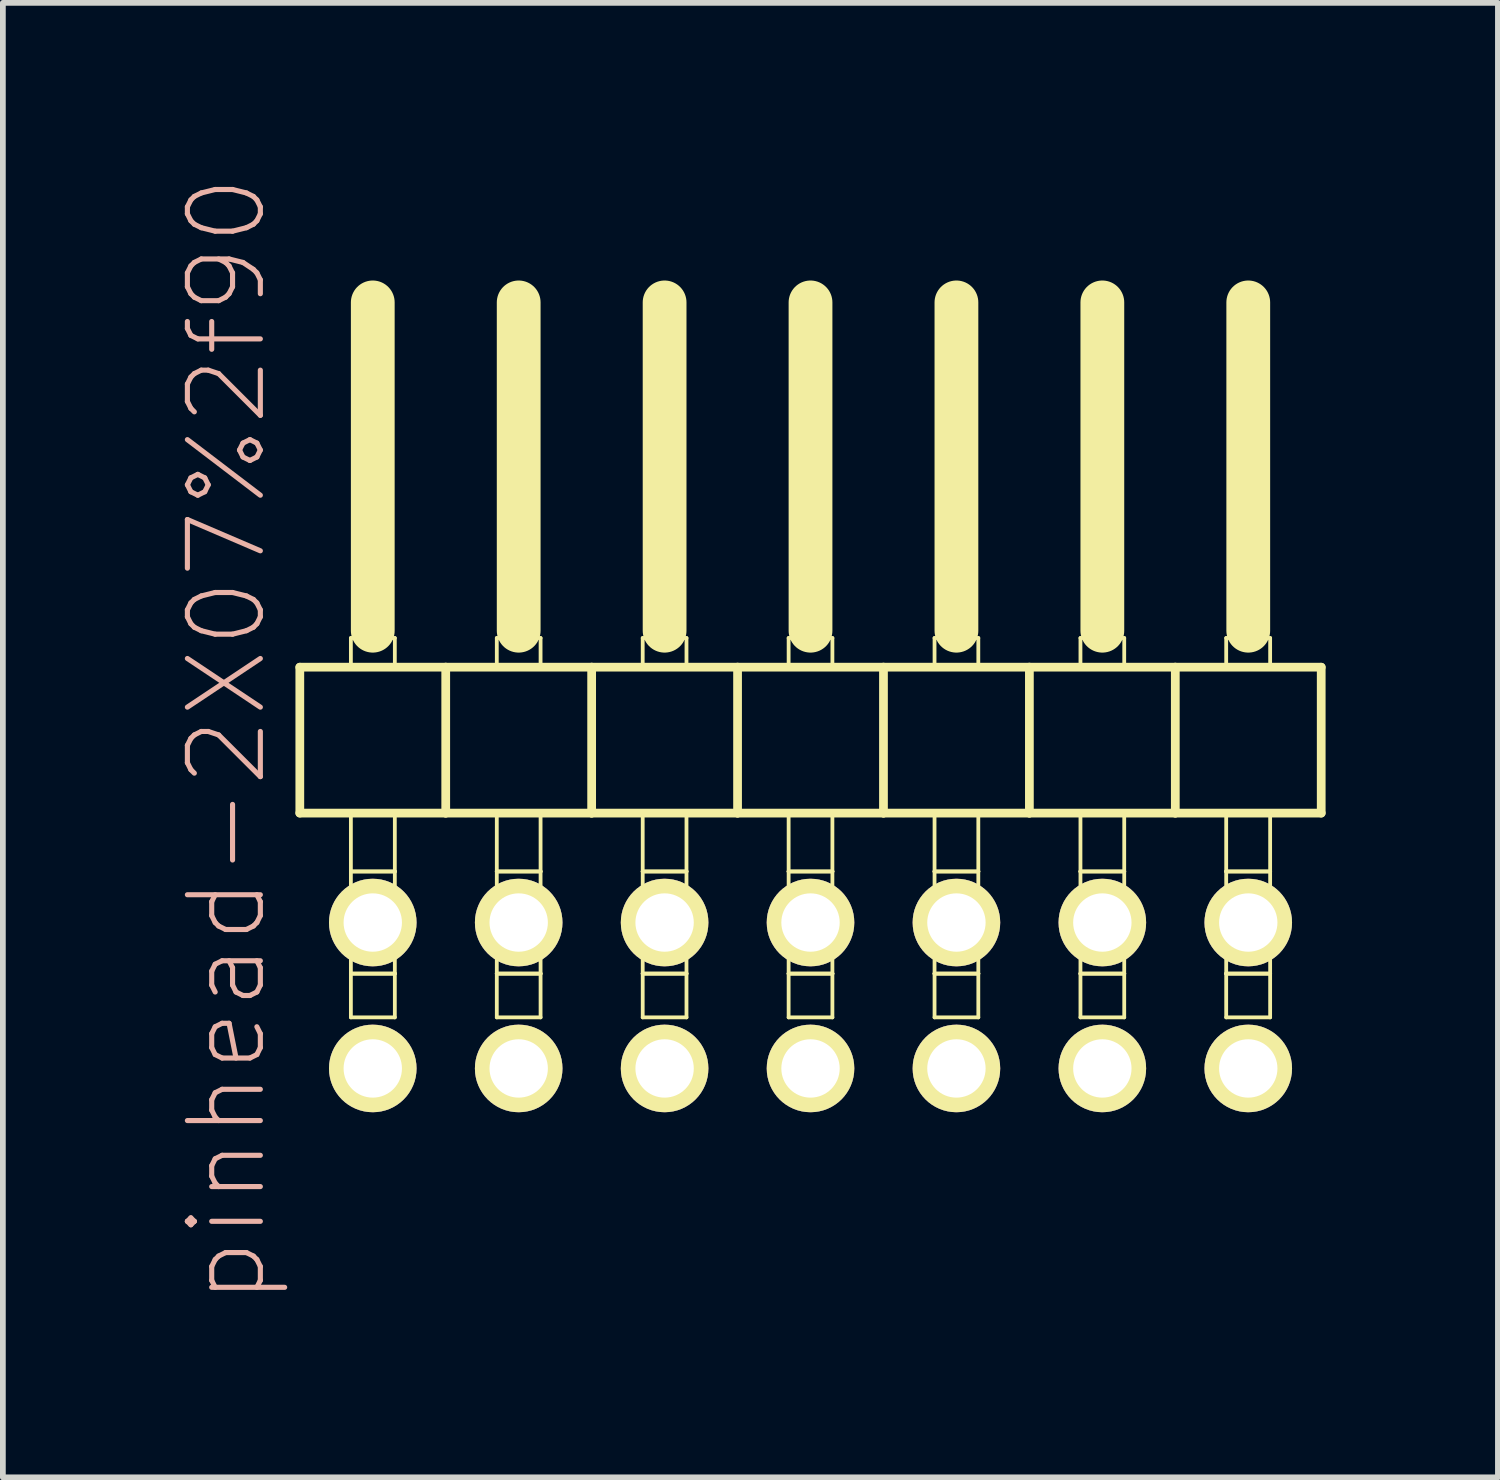
<source format=kicad_pcb>
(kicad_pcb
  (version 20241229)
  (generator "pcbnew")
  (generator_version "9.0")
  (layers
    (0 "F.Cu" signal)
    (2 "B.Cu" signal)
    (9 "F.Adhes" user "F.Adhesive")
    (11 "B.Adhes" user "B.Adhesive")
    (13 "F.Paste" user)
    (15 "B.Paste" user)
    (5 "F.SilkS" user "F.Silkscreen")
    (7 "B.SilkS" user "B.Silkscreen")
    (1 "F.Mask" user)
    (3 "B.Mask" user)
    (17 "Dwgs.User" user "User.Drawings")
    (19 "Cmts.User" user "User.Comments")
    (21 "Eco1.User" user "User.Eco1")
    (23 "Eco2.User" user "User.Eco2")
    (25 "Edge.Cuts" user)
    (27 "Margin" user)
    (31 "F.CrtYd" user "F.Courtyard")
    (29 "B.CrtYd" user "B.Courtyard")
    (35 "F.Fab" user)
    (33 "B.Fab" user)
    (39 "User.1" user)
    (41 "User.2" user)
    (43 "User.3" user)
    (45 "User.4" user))
  (footprint "pinhead-2X07%2f90"
    (layer "F.Cu")
    (at 11.059 9.199)
    (property "Reference" "pinhead-2X07%2f90" (at -10.16 0.635 90) (layer "B.SilkS") (effects (font (size 1.27 1.27) (thickness 0.089))))
    (attr exclude_from_pos_files exclude_from_bom)
    (fp_line (start -8.89 -0.635) (end -8.89 1.905) (stroke (width 0.152) (type solid)) (layer "F.SilkS"))
    (fp_line (start -8.89 1.905) (end -6.35 1.905) (stroke (width 0.152) (type solid)) (layer "F.SilkS"))
    (fp_line (start -8.001 -1.143) (end -7.236 -1.143) (stroke (width 0.066) (type solid)) (layer "F.SilkS"))
    (fp_line (start -8.001 -0.635) (end -8.001 -1.143) (stroke (width 0.066) (type solid)) (layer "F.SilkS"))
    (fp_line (start -8.001 -0.635) (end -7.236 -0.635) (stroke (width 0.066) (type solid)) (layer "F.SilkS"))
    (fp_line (start -8.001 1.905) (end -7.236 1.905) (stroke (width 0.066) (type solid)) (layer "F.SilkS"))
    (fp_line (start -8.001 2.921) (end -8.001 1.905) (stroke (width 0.066) (type solid)) (layer "F.SilkS"))
    (fp_line (start -8.001 2.921) (end -7.236 2.921) (stroke (width 0.066) (type solid)) (layer "F.SilkS"))
    (fp_line (start -8.001 2.921) (end -7.236 2.921) (stroke (width 0.066) (type solid)) (layer "F.SilkS"))
    (fp_line (start -8.001 4.699) (end -8.001 2.921) (stroke (width 0.066) (type solid)) (layer "F.SilkS"))
    (fp_line (start -8.001 4.699) (end -7.236 4.699) (stroke (width 0.066) (type solid)) (layer "F.SilkS"))
    (fp_line (start -8.001 4.699) (end -7.236 4.699) (stroke (width 0.066) (type solid)) (layer "F.SilkS"))
    (fp_line (start -8.001 5.461) (end -8.001 4.699) (stroke (width 0.066) (type solid)) (layer "F.SilkS"))
    (fp_line (start -8.001 5.461) (end -7.236 5.461) (stroke (width 0.066) (type solid)) (layer "F.SilkS"))
    (fp_line (start -7.62 -6.985) (end -7.62 -1.27) (stroke (width 0.762) (type solid)) (layer "F.SilkS"))
    (fp_line (start -7.236 -0.635) (end -7.236 -1.143) (stroke (width 0.066) (type solid)) (layer "F.SilkS"))
    (fp_line (start -7.236 2.921) (end -7.236 1.905) (stroke (width 0.066) (type solid)) (layer "F.SilkS"))
    (fp_line (start -7.236 4.699) (end -7.236 2.921) (stroke (width 0.066) (type solid)) (layer "F.SilkS"))
    (fp_line (start -7.236 5.461) (end -7.236 4.699) (stroke (width 0.066) (type solid)) (layer "F.SilkS"))
    (fp_line (start -6.35 -0.635) (end -8.89 -0.635) (stroke (width 0.152) (type solid)) (layer "F.SilkS"))
    (fp_line (start -6.35 1.905) (end -6.35 -0.635) (stroke (width 0.152) (type solid)) (layer "F.SilkS"))
    (fp_line (start -6.35 1.905) (end -3.81 1.905) (stroke (width 0.152) (type solid)) (layer "F.SilkS"))
    (fp_line (start -5.461 -1.143) (end -4.699 -1.143) (stroke (width 0.066) (type solid)) (layer "F.SilkS"))
    (fp_line (start -5.461 -0.635) (end -5.461 -1.143) (stroke (width 0.066) (type solid)) (layer "F.SilkS"))
    (fp_line (start -5.461 -0.635) (end -4.699 -0.635) (stroke (width 0.066) (type solid)) (layer "F.SilkS"))
    (fp_line (start -5.461 1.905) (end -4.699 1.905) (stroke (width 0.066) (type solid)) (layer "F.SilkS"))
    (fp_line (start -5.461 2.921) (end -5.461 1.905) (stroke (width 0.066) (type solid)) (layer "F.SilkS"))
    (fp_line (start -5.461 2.921) (end -4.699 2.921) (stroke (width 0.066) (type solid)) (layer "F.SilkS"))
    (fp_line (start -5.461 2.921) (end -4.699 2.921) (stroke (width 0.066) (type solid)) (layer "F.SilkS"))
    (fp_line (start -5.461 4.699) (end -5.461 2.921) (stroke (width 0.066) (type solid)) (layer "F.SilkS"))
    (fp_line (start -5.461 4.699) (end -4.699 4.699) (stroke (width 0.066) (type solid)) (layer "F.SilkS"))
    (fp_line (start -5.461 4.699) (end -4.699 4.699) (stroke (width 0.066) (type solid)) (layer "F.SilkS"))
    (fp_line (start -5.461 5.461) (end -5.461 4.699) (stroke (width 0.066) (type solid)) (layer "F.SilkS"))
    (fp_line (start -5.461 5.461) (end -4.699 5.461) (stroke (width 0.066) (type solid)) (layer "F.SilkS"))
    (fp_line (start -5.08 -6.985) (end -5.08 -1.27) (stroke (width 0.762) (type solid)) (layer "F.SilkS"))
    (fp_line (start -4.699 -0.635) (end -4.699 -1.143) (stroke (width 0.066) (type solid)) (layer "F.SilkS"))
    (fp_line (start -4.699 2.921) (end -4.699 1.905) (stroke (width 0.066) (type solid)) (layer "F.SilkS"))
    (fp_line (start -4.699 4.699) (end -4.699 2.921) (stroke (width 0.066) (type solid)) (layer "F.SilkS"))
    (fp_line (start -4.699 5.461) (end -4.699 4.699) (stroke (width 0.066) (type solid)) (layer "F.SilkS"))
    (fp_line (start -3.81 -0.635) (end -6.35 -0.635) (stroke (width 0.152) (type solid)) (layer "F.SilkS"))
    (fp_line (start -3.81 1.905) (end -3.81 -0.635) (stroke (width 0.152) (type solid)) (layer "F.SilkS"))
    (fp_line (start -3.81 1.905) (end -1.27 1.905) (stroke (width 0.152) (type solid)) (layer "F.SilkS"))
    (fp_line (start -2.921 -1.143) (end -2.159 -1.143) (stroke (width 0.066) (type solid)) (layer "F.SilkS"))
    (fp_line (start -2.921 -0.635) (end -2.921 -1.143) (stroke (width 0.066) (type solid)) (layer "F.SilkS"))
    (fp_line (start -2.921 -0.635) (end -2.159 -0.635) (stroke (width 0.066) (type solid)) (layer "F.SilkS"))
    (fp_line (start -2.921 1.905) (end -2.159 1.905) (stroke (width 0.066) (type solid)) (layer "F.SilkS"))
    (fp_line (start -2.921 2.921) (end -2.921 1.905) (stroke (width 0.066) (type solid)) (layer "F.SilkS"))
    (fp_line (start -2.921 2.921) (end -2.159 2.921) (stroke (width 0.066) (type solid)) (layer "F.SilkS"))
    (fp_line (start -2.921 2.921) (end -2.159 2.921) (stroke (width 0.066) (type solid)) (layer "F.SilkS"))
    (fp_line (start -2.921 4.699) (end -2.921 2.921) (stroke (width 0.066) (type solid)) (layer "F.SilkS"))
    (fp_line (start -2.921 4.699) (end -2.159 4.699) (stroke (width 0.066) (type solid)) (layer "F.SilkS"))
    (fp_line (start -2.921 4.699) (end -2.159 4.699) (stroke (width 0.066) (type solid)) (layer "F.SilkS"))
    (fp_line (start -2.921 5.461) (end -2.921 4.699) (stroke (width 0.066) (type solid)) (layer "F.SilkS"))
    (fp_line (start -2.921 5.461) (end -2.159 5.461) (stroke (width 0.066) (type solid)) (layer "F.SilkS"))
    (fp_line (start -2.54 -6.985) (end -2.54 -1.27) (stroke (width 0.762) (type solid)) (layer "F.SilkS"))
    (fp_line (start -2.159 -0.635) (end -2.159 -1.143) (stroke (width 0.066) (type solid)) (layer "F.SilkS"))
    (fp_line (start -2.159 2.921) (end -2.159 1.905) (stroke (width 0.066) (type solid)) (layer "F.SilkS"))
    (fp_line (start -2.159 4.699) (end -2.159 2.921) (stroke (width 0.066) (type solid)) (layer "F.SilkS"))
    (fp_line (start -2.159 5.461) (end -2.159 4.699) (stroke (width 0.066) (type solid)) (layer "F.SilkS"))
    (fp_line (start -1.27 -0.635) (end -3.81 -0.635) (stroke (width 0.152) (type solid)) (layer "F.SilkS"))
    (fp_line (start -1.27 1.905) (end -1.27 -0.635) (stroke (width 0.152) (type solid)) (layer "F.SilkS"))
    (fp_line (start -1.27 1.905) (end 1.27 1.905) (stroke (width 0.152) (type solid)) (layer "F.SilkS"))
    (fp_line (start -0.381 -1.143) (end 0.381 -1.143) (stroke (width 0.066) (type solid)) (layer "F.SilkS"))
    (fp_line (start -0.381 -0.635) (end -0.381 -1.143) (stroke (width 0.066) (type solid)) (layer "F.SilkS"))
    (fp_line (start -0.381 -0.635) (end 0.381 -0.635) (stroke (width 0.066) (type solid)) (layer "F.SilkS"))
    (fp_line (start -0.381 1.905) (end 0.381 1.905) (stroke (width 0.066) (type solid)) (layer "F.SilkS"))
    (fp_line (start -0.381 2.921) (end -0.381 1.905) (stroke (width 0.066) (type solid)) (layer "F.SilkS"))
    (fp_line (start -0.381 2.921) (end 0.381 2.921) (stroke (width 0.066) (type solid)) (layer "F.SilkS"))
    (fp_line (start -0.381 2.921) (end 0.381 2.921) (stroke (width 0.066) (type solid)) (layer "F.SilkS"))
    (fp_line (start -0.381 4.699) (end -0.381 2.921) (stroke (width 0.066) (type solid)) (layer "F.SilkS"))
    (fp_line (start -0.381 4.699) (end 0.381 4.699) (stroke (width 0.066) (type solid)) (layer "F.SilkS"))
    (fp_line (start -0.381 4.699) (end 0.381 4.699) (stroke (width 0.066) (type solid)) (layer "F.SilkS"))
    (fp_line (start -0.381 5.461) (end -0.381 4.699) (stroke (width 0.066) (type solid)) (layer "F.SilkS"))
    (fp_line (start -0.381 5.461) (end 0.381 5.461) (stroke (width 0.066) (type solid)) (layer "F.SilkS"))
    (fp_line (start 0 -6.985) (end 0 -1.27) (stroke (width 0.762) (type solid)) (layer "F.SilkS"))
    (fp_line (start 0.381 -0.635) (end 0.381 -1.143) (stroke (width 0.066) (type solid)) (layer "F.SilkS"))
    (fp_line (start 0.381 2.921) (end 0.381 1.905) (stroke (width 0.066) (type solid)) (layer "F.SilkS"))
    (fp_line (start 0.381 4.699) (end 0.381 2.921) (stroke (width 0.066) (type solid)) (layer "F.SilkS"))
    (fp_line (start 0.381 5.461) (end 0.381 4.699) (stroke (width 0.066) (type solid)) (layer "F.SilkS"))
    (fp_line (start 1.27 -0.635) (end -1.27 -0.635) (stroke (width 0.152) (type solid)) (layer "F.SilkS"))
    (fp_line (start 1.27 1.905) (end 1.27 -0.635) (stroke (width 0.152) (type solid)) (layer "F.SilkS"))
    (fp_line (start 1.27 1.905) (end 3.81 1.905) (stroke (width 0.152) (type solid)) (layer "F.SilkS"))
    (fp_line (start 2.159 -1.143) (end 2.921 -1.143) (stroke (width 0.066) (type solid)) (layer "F.SilkS"))
    (fp_line (start 2.159 -0.635) (end 2.159 -1.143) (stroke (width 0.066) (type solid)) (layer "F.SilkS"))
    (fp_line (start 2.159 -0.635) (end 2.921 -0.635) (stroke (width 0.066) (type solid)) (layer "F.SilkS"))
    (fp_line (start 2.159 1.905) (end 2.921 1.905) (stroke (width 0.066) (type solid)) (layer "F.SilkS"))
    (fp_line (start 2.159 2.921) (end 2.159 1.905) (stroke (width 0.066) (type solid)) (layer "F.SilkS"))
    (fp_line (start 2.159 2.921) (end 2.921 2.921) (stroke (width 0.066) (type solid)) (layer "F.SilkS"))
    (fp_line (start 2.159 2.921) (end 2.921 2.921) (stroke (width 0.066) (type solid)) (layer "F.SilkS"))
    (fp_line (start 2.159 4.699) (end 2.159 2.921) (stroke (width 0.066) (type solid)) (layer "F.SilkS"))
    (fp_line (start 2.159 4.699) (end 2.921 4.699) (stroke (width 0.066) (type solid)) (layer "F.SilkS"))
    (fp_line (start 2.159 4.699) (end 2.921 4.699) (stroke (width 0.066) (type solid)) (layer "F.SilkS"))
    (fp_line (start 2.159 5.461) (end 2.159 4.699) (stroke (width 0.066) (type solid)) (layer "F.SilkS"))
    (fp_line (start 2.159 5.461) (end 2.921 5.461) (stroke (width 0.066) (type solid)) (layer "F.SilkS"))
    (fp_line (start 2.54 -6.985) (end 2.54 -1.27) (stroke (width 0.762) (type solid)) (layer "F.SilkS"))
    (fp_line (start 2.921 -0.635) (end 2.921 -1.143) (stroke (width 0.066) (type solid)) (layer "F.SilkS"))
    (fp_line (start 2.921 2.921) (end 2.921 1.905) (stroke (width 0.066) (type solid)) (layer "F.SilkS"))
    (fp_line (start 2.921 4.699) (end 2.921 2.921) (stroke (width 0.066) (type solid)) (layer "F.SilkS"))
    (fp_line (start 2.921 5.461) (end 2.921 4.699) (stroke (width 0.066) (type solid)) (layer "F.SilkS"))
    (fp_line (start 3.81 -0.635) (end 1.27 -0.635) (stroke (width 0.152) (type solid)) (layer "F.SilkS"))
    (fp_line (start 3.81 1.905) (end 3.81 -0.635) (stroke (width 0.152) (type solid)) (layer "F.SilkS"))
    (fp_line (start 3.81 1.905) (end 6.35 1.905) (stroke (width 0.152) (type solid)) (layer "F.SilkS"))
    (fp_line (start 4.699 -1.143) (end 5.461 -1.143) (stroke (width 0.066) (type solid)) (layer "F.SilkS"))
    (fp_line (start 4.699 -0.635) (end 4.699 -1.143) (stroke (width 0.066) (type solid)) (layer "F.SilkS"))
    (fp_line (start 4.699 -0.635) (end 5.461 -0.635) (stroke (width 0.066) (type solid)) (layer "F.SilkS"))
    (fp_line (start 4.699 1.905) (end 5.461 1.905) (stroke (width 0.066) (type solid)) (layer "F.SilkS"))
    (fp_line (start 4.699 2.921) (end 4.699 1.905) (stroke (width 0.066) (type solid)) (layer "F.SilkS"))
    (fp_line (start 4.699 2.921) (end 5.461 2.921) (stroke (width 0.066) (type solid)) (layer "F.SilkS"))
    (fp_line (start 4.699 2.921) (end 5.461 2.921) (stroke (width 0.066) (type solid)) (layer "F.SilkS"))
    (fp_line (start 4.699 4.699) (end 4.699 2.921) (stroke (width 0.066) (type solid)) (layer "F.SilkS"))
    (fp_line (start 4.699 4.699) (end 5.461 4.699) (stroke (width 0.066) (type solid)) (layer "F.SilkS"))
    (fp_line (start 4.699 4.699) (end 5.461 4.699) (stroke (width 0.066) (type solid)) (layer "F.SilkS"))
    (fp_line (start 4.699 5.461) (end 4.699 4.699) (stroke (width 0.066) (type solid)) (layer "F.SilkS"))
    (fp_line (start 4.699 5.461) (end 5.461 5.461) (stroke (width 0.066) (type solid)) (layer "F.SilkS"))
    (fp_line (start 5.08 -6.985) (end 5.08 -1.27) (stroke (width 0.762) (type solid)) (layer "F.SilkS"))
    (fp_line (start 5.461 -0.635) (end 5.461 -1.143) (stroke (width 0.066) (type solid)) (layer "F.SilkS"))
    (fp_line (start 5.461 2.921) (end 5.461 1.905) (stroke (width 0.066) (type solid)) (layer "F.SilkS"))
    (fp_line (start 5.461 4.699) (end 5.461 2.921) (stroke (width 0.066) (type solid)) (layer "F.SilkS"))
    (fp_line (start 5.461 5.461) (end 5.461 4.699) (stroke (width 0.066) (type solid)) (layer "F.SilkS"))
    (fp_line (start 6.35 -0.635) (end 3.81 -0.635) (stroke (width 0.152) (type solid)) (layer "F.SilkS"))
    (fp_line (start 6.35 1.905) (end 6.35 -0.635) (stroke (width 0.152) (type solid)) (layer "F.SilkS"))
    (fp_line (start 6.35 1.905) (end 8.89 1.905) (stroke (width 0.152) (type solid)) (layer "F.SilkS"))
    (fp_line (start 7.236 -1.143) (end 8.001 -1.143) (stroke (width 0.066) (type solid)) (layer "F.SilkS"))
    (fp_line (start 7.236 -0.635) (end 7.236 -1.143) (stroke (width 0.066) (type solid)) (layer "F.SilkS"))
    (fp_line (start 7.236 -0.635) (end 8.001 -0.635) (stroke (width 0.066) (type solid)) (layer "F.SilkS"))
    (fp_line (start 7.236 1.905) (end 8.001 1.905) (stroke (width 0.066) (type solid)) (layer "F.SilkS"))
    (fp_line (start 7.236 2.921) (end 7.236 1.905) (stroke (width 0.066) (type solid)) (layer "F.SilkS"))
    (fp_line (start 7.236 2.921) (end 8.001 2.921) (stroke (width 0.066) (type solid)) (layer "F.SilkS"))
    (fp_line (start 7.236 2.921) (end 8.001 2.921) (stroke (width 0.066) (type solid)) (layer "F.SilkS"))
    (fp_line (start 7.236 4.699) (end 7.236 2.921) (stroke (width 0.066) (type solid)) (layer "F.SilkS"))
    (fp_line (start 7.236 4.699) (end 8.001 4.699) (stroke (width 0.066) (type solid)) (layer "F.SilkS"))
    (fp_line (start 7.236 4.699) (end 8.001 4.699) (stroke (width 0.066) (type solid)) (layer "F.SilkS"))
    (fp_line (start 7.236 5.461) (end 7.236 4.699) (stroke (width 0.066) (type solid)) (layer "F.SilkS"))
    (fp_line (start 7.236 5.461) (end 8.001 5.461) (stroke (width 0.066) (type solid)) (layer "F.SilkS"))
    (fp_line (start 7.62 -6.985) (end 7.62 -1.27) (stroke (width 0.762) (type solid)) (layer "F.SilkS"))
    (fp_line (start 8.001 -0.635) (end 8.001 -1.143) (stroke (width 0.066) (type solid)) (layer "F.SilkS"))
    (fp_line (start 8.001 2.921) (end 8.001 1.905) (stroke (width 0.066) (type solid)) (layer "F.SilkS"))
    (fp_line (start 8.001 4.699) (end 8.001 2.921) (stroke (width 0.066) (type solid)) (layer "F.SilkS"))
    (fp_line (start 8.001 5.461) (end 8.001 4.699) (stroke (width 0.066) (type solid)) (layer "F.SilkS"))
    (fp_line (start 8.89 -0.635) (end 6.35 -0.635) (stroke (width 0.152) (type solid)) (layer "F.SilkS"))
    (fp_line (start 8.89 1.905) (end 8.89 -0.635) (stroke (width 0.152) (type solid)) (layer "F.SilkS"))
    (pad "1" thru_hole circle (at -7.62 6.35) (size 1.524 1.524) (drill 1.016) (layers "*.Cu" "F.Mask" "F.SilkS" "F.Paste"))
    (pad "2" thru_hole circle (at -7.62 3.81) (size 1.524 1.524) (drill 1.016) (layers "*.Cu" "F.Mask" "F.SilkS" "F.Paste"))
    (pad "3" thru_hole circle (at -5.08 6.35) (size 1.524 1.524) (drill 1.016) (layers "*.Cu" "F.Mask" "F.SilkS" "F.Paste"))
    (pad "4" thru_hole circle (at -5.08 3.81) (size 1.524 1.524) (drill 1.016) (layers "*.Cu" "F.Mask" "F.SilkS" "F.Paste"))
    (pad "5" thru_hole circle (at -2.54 6.35) (size 1.524 1.524) (drill 1.016) (layers "*.Cu" "F.Mask" "F.SilkS" "F.Paste"))
    (pad "6" thru_hole circle (at -2.54 3.81) (size 1.524 1.524) (drill 1.016) (layers "*.Cu" "F.Mask" "F.SilkS" "F.Paste"))
    (pad "7" thru_hole circle (at 0 6.35) (size 1.524 1.524) (drill 1.016) (layers "*.Cu" "F.Mask" "F.SilkS" "F.Paste"))
    (pad "8" thru_hole circle (at 0 3.81) (size 1.524 1.524) (drill 1.016) (layers "*.Cu" "F.Mask" "F.SilkS" "F.Paste"))
    (pad "9" thru_hole circle (at 2.54 6.35) (size 1.524 1.524) (drill 1.016) (layers "*.Cu" "F.Mask" "F.SilkS" "F.Paste"))
    (pad "10" thru_hole circle (at 2.54 3.81) (size 1.524 1.524) (drill 1.016) (layers "*.Cu" "F.Mask" "F.SilkS" "F.Paste"))
    (pad "11" thru_hole circle (at 5.08 6.35) (size 1.524 1.524) (drill 1.016) (layers "*.Cu" "F.Mask" "F.SilkS" "F.Paste"))
    (pad "12" thru_hole circle (at 5.08 3.81) (size 1.524 1.524) (drill 1.016) (layers "*.Cu" "F.Mask" "F.SilkS" "F.Paste"))
    (pad "13" thru_hole circle (at 7.62 6.35) (size 1.524 1.524) (drill 1.016) (layers "*.Cu" "F.Mask" "F.SilkS" "F.Paste"))
    (pad "14" thru_hole circle (at 7.62 3.81) (size 1.524 1.524) (drill 1.016) (layers "*.Cu" "F.Mask" "F.SilkS" "F.Paste")))
  (gr_rect
    (start -3 -3)
    (end 23.025 22.667)
    (stroke (width 0.1) (type default))
    (fill no)
    (layer "Edge.Cuts")))
</source>
